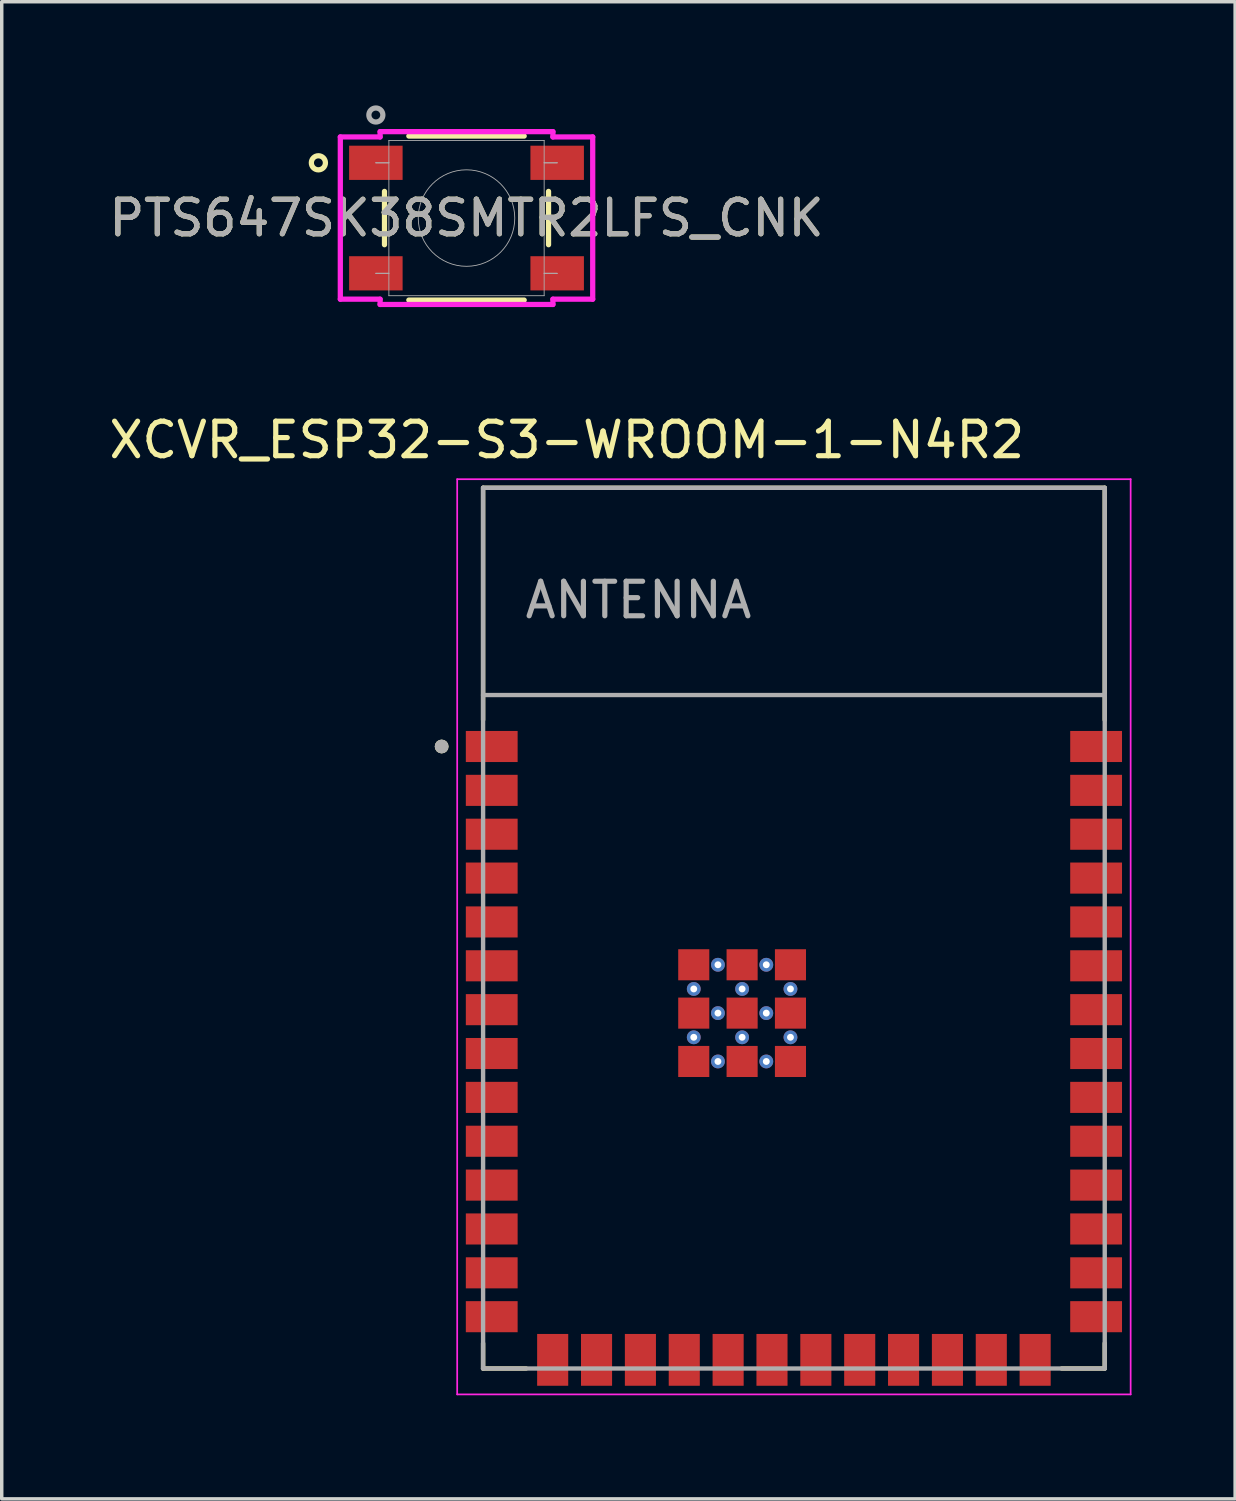
<source format=kicad_pcb>
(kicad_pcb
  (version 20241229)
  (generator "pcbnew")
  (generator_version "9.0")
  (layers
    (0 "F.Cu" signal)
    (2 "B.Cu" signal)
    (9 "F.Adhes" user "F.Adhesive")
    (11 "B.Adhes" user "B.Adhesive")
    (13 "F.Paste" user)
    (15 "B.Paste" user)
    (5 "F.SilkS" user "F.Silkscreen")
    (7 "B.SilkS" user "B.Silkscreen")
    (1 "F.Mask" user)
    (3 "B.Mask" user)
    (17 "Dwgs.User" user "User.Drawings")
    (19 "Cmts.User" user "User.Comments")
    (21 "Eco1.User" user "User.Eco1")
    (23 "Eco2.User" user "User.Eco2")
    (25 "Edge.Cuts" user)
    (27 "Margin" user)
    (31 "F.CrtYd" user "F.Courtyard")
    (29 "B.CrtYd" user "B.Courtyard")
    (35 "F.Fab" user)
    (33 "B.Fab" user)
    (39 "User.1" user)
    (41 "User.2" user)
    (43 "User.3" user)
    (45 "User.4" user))
  (footprint "XCVR_ESP32-S3-WROOM-1-N4R2"
    (layer "F.Cu")
    (at 19.938 23.825)
    (property "Reference" "XCVR_ESP32-S3-WROOM-1-N4R2" (at -6.575 -14.135 0) (layer "F.SilkS") (effects (font (size 1 1) (thickness 0.15))))
    (attr smd)
    (fp_line (start -9 -12.75) (end 9 -12.75) (stroke (width 0.127) (type solid)) (layer "F.SilkS"))
    (fp_line (start -9 -6.03) (end -9 -12.75) (stroke (width 0.127) (type solid)) (layer "F.SilkS"))
    (fp_line (start -9 12.02) (end -9 12.75) (stroke (width 0.127) (type solid)) (layer "F.SilkS"))
    (fp_line (start -9 12.75) (end -7.755 12.75) (stroke (width 0.127) (type solid)) (layer "F.SilkS"))
    (fp_line (start 9 -12.75) (end 9 -6.03) (stroke (width 0.127) (type solid)) (layer "F.SilkS"))
    (fp_line (start 9 12.02) (end 9 12.75) (stroke (width 0.127) (type solid)) (layer "F.SilkS"))
    (fp_line (start 9 12.75) (end 7.755 12.75) (stroke (width 0.127) (type solid)) (layer "F.SilkS"))
    (fp_circle (center -10.2 -5.26) (end -10.1 -5.26) (stroke (width 0.2) (type solid)) (fill no) (layer "F.SilkS"))
    (fp_line (start -9.75 -13) (end 9.75 -13) (stroke (width 0.05) (type solid)) (layer "F.CrtYd"))
    (fp_line (start -9.75 13.5) (end -9.75 -13) (stroke (width 0.05) (type solid)) (layer "F.CrtYd"))
    (fp_line (start -9.75 13.5) (end 9.75 13.5) (stroke (width 0.05) (type solid)) (layer "F.CrtYd"))
    (fp_line (start 9.75 -13) (end 9.75 13.5) (stroke (width 0.05) (type solid)) (layer "F.CrtYd"))
    (fp_line (start -9 -12.75) (end 9 -12.75) (stroke (width 0.127) (type solid)) (layer "F.Fab"))
    (fp_line (start -9 -6.75) (end -9 -12.75) (stroke (width 0.127) (type solid)) (layer "F.Fab"))
    (fp_line (start -9 -6.75) (end 9 -6.75) (stroke (width 0.127) (type solid)) (layer "F.Fab"))
    (fp_line (start -9 12.75) (end -9 -6.75) (stroke (width 0.127) (type solid)) (layer "F.Fab"))
    (fp_line (start 9 -12.75) (end 9 -6.75) (stroke (width 0.127) (type solid)) (layer "F.Fab"))
    (fp_line (start 9 -6.75) (end 9 12.75) (stroke (width 0.127) (type solid)) (layer "F.Fab"))
    (fp_line (start 9 12.75) (end -9 12.75) (stroke (width 0.127) (type solid)) (layer "F.Fab"))
    (fp_circle (center -10.2 -5.26) (end -10.1 -5.26) (stroke (width 0.2) (type solid)) (fill no) (layer "F.Fab"))
    (fp_text user "ANTENNA" (at -4.5 -9.5 0) (layer "F.Fab") (effects (font (size 1 1) (thickness 0.15))))
    (pad "1" smd rect (at -8.75 -5.26) (size 1.5 0.9) (layers "F.Cu" "F.Mask" "F.Paste"))
    (pad "2" smd rect (at -8.75 -3.99) (size 1.5 0.9) (layers "F.Cu" "F.Mask" "F.Paste"))
    (pad "3" smd rect (at -8.75 -2.72) (size 1.5 0.9) (layers "F.Cu" "F.Mask" "F.Paste"))
    (pad "4" smd rect (at -8.75 -1.45) (size 1.5 0.9) (layers "F.Cu" "F.Mask" "F.Paste"))
    (pad "5" smd rect (at -8.75 -0.18) (size 1.5 0.9) (layers "F.Cu" "F.Mask" "F.Paste"))
    (pad "6" smd rect (at -8.75 1.09) (size 1.5 0.9) (layers "F.Cu" "F.Mask" "F.Paste"))
    (pad "7" smd rect (at -8.75 2.36) (size 1.5 0.9) (layers "F.Cu" "F.Mask" "F.Paste"))
    (pad "8" smd rect (at -8.75 3.63) (size 1.5 0.9) (layers "F.Cu" "F.Mask" "F.Paste"))
    (pad "9" smd rect (at -8.75 4.9) (size 1.5 0.9) (layers "F.Cu" "F.Mask" "F.Paste"))
    (pad "10" smd rect (at -8.75 6.17) (size 1.5 0.9) (layers "F.Cu" "F.Mask" "F.Paste"))
    (pad "11" smd rect (at -8.75 7.44) (size 1.5 0.9) (layers "F.Cu" "F.Mask" "F.Paste"))
    (pad "12" smd rect (at -8.75 8.71) (size 1.5 0.9) (layers "F.Cu" "F.Mask" "F.Paste"))
    (pad "13" smd rect (at -8.75 9.98) (size 1.5 0.9) (layers "F.Cu" "F.Mask" "F.Paste"))
    (pad "14" smd rect (at -8.75 11.25) (size 1.5 0.9) (layers "F.Cu" "F.Mask" "F.Paste"))
    (pad "15" smd rect (at -6.985 12.5) (size 0.9 1.5) (layers "F.Cu" "F.Mask" "F.Paste"))
    (pad "16" smd rect (at -5.715 12.5) (size 0.9 1.5) (layers "F.Cu" "F.Mask" "F.Paste"))
    (pad "17" smd rect (at -4.445 12.5) (size 0.9 1.5) (layers "F.Cu" "F.Mask" "F.Paste"))
    (pad "18" smd rect (at -3.175 12.5) (size 0.9 1.5) (layers "F.Cu" "F.Mask" "F.Paste"))
    (pad "19" smd rect (at -1.905 12.5) (size 0.9 1.5) (layers "F.Cu" "F.Mask" "F.Paste"))
    (pad "20" smd rect (at -0.635 12.5) (size 0.9 1.5) (layers "F.Cu" "F.Mask" "F.Paste"))
    (pad "21" smd rect (at 0.635 12.5) (size 0.9 1.5) (layers "F.Cu" "F.Mask" "F.Paste"))
    (pad "22" smd rect (at 1.905 12.5) (size 0.9 1.5) (layers "F.Cu" "F.Mask" "F.Paste"))
    (pad "23" smd rect (at 3.175 12.5) (size 0.9 1.5) (layers "F.Cu" "F.Mask" "F.Paste"))
    (pad "24" smd rect (at 4.445 12.5) (size 0.9 1.5) (layers "F.Cu" "F.Mask" "F.Paste"))
    (pad "25" smd rect (at 5.715 12.5) (size 0.9 1.5) (layers "F.Cu" "F.Mask" "F.Paste"))
    (pad "26" smd rect (at 6.985 12.5) (size 0.9 1.5) (layers "F.Cu" "F.Mask" "F.Paste"))
    (pad "27" smd rect (at 8.75 11.25) (size 1.5 0.9) (layers "F.Cu" "F.Mask" "F.Paste"))
    (pad "28" smd rect (at 8.75 9.98) (size 1.5 0.9) (layers "F.Cu" "F.Mask" "F.Paste"))
    (pad "29" smd rect (at 8.75 8.71) (size 1.5 0.9) (layers "F.Cu" "F.Mask" "F.Paste"))
    (pad "30" smd rect (at 8.75 7.44) (size 1.5 0.9) (layers "F.Cu" "F.Mask" "F.Paste"))
    (pad "31" smd rect (at 8.75 6.17) (size 1.5 0.9) (layers "F.Cu" "F.Mask" "F.Paste"))
    (pad "32" smd rect (at 8.75 4.9) (size 1.5 0.9) (layers "F.Cu" "F.Mask" "F.Paste"))
    (pad "33" smd rect (at 8.75 3.63) (size 1.5 0.9) (layers "F.Cu" "F.Mask" "F.Paste"))
    (pad "34" smd rect (at 8.75 2.36) (size 1.5 0.9) (layers "F.Cu" "F.Mask" "F.Paste"))
    (pad "35" smd rect (at 8.75 1.09) (size 1.5 0.9) (layers "F.Cu" "F.Mask" "F.Paste"))
    (pad "36" smd rect (at 8.75 -0.18) (size 1.5 0.9) (layers "F.Cu" "F.Mask" "F.Paste"))
    (pad "37" smd rect (at 8.75 -1.45) (size 1.5 0.9) (layers "F.Cu" "F.Mask" "F.Paste"))
    (pad "38" smd rect (at 8.75 -2.72) (size 1.5 0.9) (layers "F.Cu" "F.Mask" "F.Paste"))
    (pad "39" smd rect (at 8.75 -3.99) (size 1.5 0.9) (layers "F.Cu" "F.Mask" "F.Paste"))
    (pad "40" smd rect (at 8.75 -5.26) (size 1.5 0.9) (layers "F.Cu" "F.Mask" "F.Paste"))
    (pad "41_1" smd rect (at -1.5 2.46) (size 0.9 0.9) (layers "F.Cu" "F.Mask" "F.Paste"))
    (pad "41_2" smd rect (at -2.9 2.46) (size 0.9 0.9) (layers "F.Cu" "F.Mask" "F.Paste"))
    (pad "41_3" smd rect (at -0.1 2.46) (size 0.9 0.9) (layers "F.Cu" "F.Mask" "F.Paste"))
    (pad "41_4" smd rect (at -2.9 3.86) (size 0.9 0.9) (layers "F.Cu" "F.Mask" "F.Paste"))
    (pad "41_5" smd rect (at -1.5 3.86) (size 0.9 0.9) (layers "F.Cu" "F.Mask" "F.Paste"))
    (pad "41_6" smd rect (at -0.1 3.86) (size 0.9 0.9) (layers "F.Cu" "F.Mask" "F.Paste"))
    (pad "41_7" smd rect (at -2.9 1.06) (size 0.9 0.9) (layers "F.Cu" "F.Mask" "F.Paste"))
    (pad "41_8" smd rect (at -1.5 1.06) (size 0.9 0.9) (layers "F.Cu" "F.Mask" "F.Paste"))
    (pad "41_9" smd rect (at -0.1 1.06) (size 0.9 0.9) (layers "F.Cu" "F.Mask" "F.Paste"))
    (pad "41_10" thru_hole circle (at -1.5 1.76) (size 0.4 0.4) (drill 0.2) (layers "*.Cu"))
    (pad "41_11" thru_hole circle (at -2.9 1.76) (size 0.4 0.4) (drill 0.2) (layers "*.Cu"))
    (pad "41_12" thru_hole circle (at -0.1 1.76) (size 0.4 0.4) (drill 0.2) (layers "*.Cu"))
    (pad "41_13" thru_hole circle (at -2.9 3.16) (size 0.4 0.4) (drill 0.2) (layers "*.Cu"))
    (pad "41_14" thru_hole circle (at -1.5 3.16) (size 0.4 0.4) (drill 0.2) (layers "*.Cu"))
    (pad "41_15" thru_hole circle (at -0.1 3.16) (size 0.4 0.4) (drill 0.2) (layers "*.Cu"))
    (pad "41_16" thru_hole circle (at -2.2 1.06) (size 0.4 0.4) (drill 0.2) (layers "*.Cu"))
    (pad "41_17" thru_hole circle (at -0.8 1.06) (size 0.4 0.4) (drill 0.2) (layers "*.Cu"))
    (pad "41_18" thru_hole circle (at -2.2 2.46) (size 0.4 0.4) (drill 0.2) (layers "*.Cu"))
    (pad "41_19" thru_hole circle (at -0.8 2.46) (size 0.4 0.4) (drill 0.2) (layers "*.Cu"))
    (pad "41_20" thru_hole circle (at -2.2 3.86) (size 0.4 0.4) (drill 0.2) (layers "*.Cu"))
    (pad "41_21" thru_hole circle (at -0.8 3.86) (size 0.4 0.4) (drill 0.2) (layers "*.Cu"))
    (zone (net_name "") (layer "F.Cu") (hatch full 0.508) (connect_pads) (min_thickness 0.01) (filled_areas_thickness no) (keepout (tracks not_allowed) (vias not_allowed) (pads not_allowed) (copperpour not_allowed) (footprints allowed)) (placement (enabled no)) (fill) (polygon (pts (xy 10.938 11.075) (xy 28.938 11.075) (xy 28.938 17.075) (xy 10.938 17.075))))
    (zone (net_name "") (layers "F.Cu" "B.Cu") (hatch full 0.508) (connect_pads) (min_thickness 0.01) (filled_areas_thickness no) (keepout (tracks allowed) (vias not_allowed) (pads allowed) (copperpour allowed) (footprints allowed)) (placement (enabled no)) (fill) (polygon (pts (xy 10.938 11.075) (xy 28.938 11.075) (xy 28.938 17.075) (xy 10.938 17.075))))
    (zone (net_name "") (layer "B.Cu") (hatch full 0.508) (connect_pads) (min_thickness 0.01) (filled_areas_thickness no) (keepout (tracks not_allowed) (vias not_allowed) (pads not_allowed) (copperpour not_allowed) (footprints allowed)) (placement (enabled no)) (fill) (polygon (pts (xy 10.938 11.075) (xy 28.938 11.075) (xy 28.938 17.075) (xy 10.938 17.075)))))
  (footprint "PTS647SK38SMTR2LFS_CNK"
    (layer "F.Cu")
    (at 10.458 3.264)
    (property "Reference" "PTS647SK38SMTR2LFS_CNK" (at 0 0 0) (unlocked yes) (layer "F.SilkS") (effects (font (size 1 1) (thickness 0.15))))
    (attr smd)
    (fp_line (start -2.375 -0.772) (end -2.375 0.772) (stroke (width 0.152) (type solid)) (layer "F.SilkS"))
    (fp_line (start -1.67 2.375) (end 1.67 2.375) (stroke (width 0.152) (type solid)) (layer "F.SilkS"))
    (fp_line (start 1.67 -2.375) (end -1.67 -2.375) (stroke (width 0.152) (type solid)) (layer "F.SilkS"))
    (fp_line (start 2.375 0.772) (end 2.375 -0.772) (stroke (width 0.152) (type solid)) (layer "F.SilkS"))
    (fp_circle (center -4.289 -1.6) (end -4.085 -1.6) (stroke (width 0.152) (type solid)) (fill no) (layer "F.SilkS"))
    (fp_line (start -3.654 -2.349) (end -2.502 -2.349) (stroke (width 0.152) (type solid)) (layer "F.CrtYd"))
    (fp_line (start -3.654 2.349) (end -3.654 -2.349) (stroke (width 0.152) (type solid)) (layer "F.CrtYd"))
    (fp_line (start -3.654 2.349) (end -2.502 2.349) (stroke (width 0.152) (type solid)) (layer "F.CrtYd"))
    (fp_line (start -2.502 -2.502) (end 2.502 -2.502) (stroke (width 0.152) (type solid)) (layer "F.CrtYd"))
    (fp_line (start -2.502 -2.349) (end -2.502 -2.502) (stroke (width 0.152) (type solid)) (layer "F.CrtYd"))
    (fp_line (start -2.502 2.502) (end -2.502 2.349) (stroke (width 0.152) (type solid)) (layer "F.CrtYd"))
    (fp_line (start 2.502 -2.502) (end 2.502 -2.349) (stroke (width 0.152) (type solid)) (layer "F.CrtYd"))
    (fp_line (start 2.502 2.349) (end 2.502 2.502) (stroke (width 0.152) (type solid)) (layer "F.CrtYd"))
    (fp_line (start 2.502 2.502) (end -2.502 2.502) (stroke (width 0.152) (type solid)) (layer "F.CrtYd"))
    (fp_line (start 3.654 -2.349) (end 2.502 -2.349) (stroke (width 0.152) (type solid)) (layer "F.CrtYd"))
    (fp_line (start 3.654 -2.349) (end 3.654 2.349) (stroke (width 0.152) (type solid)) (layer "F.CrtYd"))
    (fp_line (start 3.654 2.349) (end 2.502 2.349) (stroke (width 0.152) (type solid)) (layer "F.CrtYd"))
    (fp_line (start -2.625 -1.6) (end -2.625 -1.6) (stroke (width 0.025) (type solid)) (layer "F.Fab"))
    (fp_line (start -2.625 -1.6) (end -2.248 -1.6) (stroke (width 0.025) (type solid)) (layer "F.Fab"))
    (fp_line (start -2.625 1.6) (end -2.625 1.6) (stroke (width 0.025) (type solid)) (layer "F.Fab"))
    (fp_line (start -2.625 1.6) (end -2.248 1.6) (stroke (width 0.025) (type solid)) (layer "F.Fab"))
    (fp_line (start -2.248 -2.248) (end -2.248 2.248) (stroke (width 0.025) (type solid)) (layer "F.Fab"))
    (fp_line (start -2.248 -1.6) (end -2.625 -1.6) (stroke (width 0.025) (type solid)) (layer "F.Fab"))
    (fp_line (start -2.248 -1.6) (end -2.248 -1.6) (stroke (width 0.025) (type solid)) (layer "F.Fab"))
    (fp_line (start -2.248 1.6) (end -2.625 1.6) (stroke (width 0.025) (type solid)) (layer "F.Fab"))
    (fp_line (start -2.248 1.6) (end -2.248 1.6) (stroke (width 0.025) (type solid)) (layer "F.Fab"))
    (fp_line (start -2.248 2.248) (end 2.248 2.248) (stroke (width 0.025) (type solid)) (layer "F.Fab"))
    (fp_line (start 2.248 -2.248) (end -2.248 -2.248) (stroke (width 0.025) (type solid)) (layer "F.Fab"))
    (fp_line (start 2.248 -1.6) (end 2.248 -1.6) (stroke (width 0.025) (type solid)) (layer "F.Fab"))
    (fp_line (start 2.248 -1.6) (end 2.625 -1.6) (stroke (width 0.025) (type solid)) (layer "F.Fab"))
    (fp_line (start 2.248 1.6) (end 2.248 1.6) (stroke (width 0.025) (type solid)) (layer "F.Fab"))
    (fp_line (start 2.248 1.6) (end 2.625 1.6) (stroke (width 0.025) (type solid)) (layer "F.Fab"))
    (fp_line (start 2.248 2.248) (end 2.248 -2.248) (stroke (width 0.025) (type solid)) (layer "F.Fab"))
    (fp_line (start 2.625 -1.6) (end 2.248 -1.6) (stroke (width 0.025) (type solid)) (layer "F.Fab"))
    (fp_line (start 2.625 -1.6) (end 2.625 -1.6) (stroke (width 0.025) (type solid)) (layer "F.Fab"))
    (fp_line (start 2.625 1.6) (end 2.248 1.6) (stroke (width 0.025) (type solid)) (layer "F.Fab"))
    (fp_line (start 2.625 1.6) (end 2.625 1.6) (stroke (width 0.025) (type solid)) (layer "F.Fab"))
    (fp_circle (center -2.625 -2.984) (end -2.422 -2.984) (stroke (width 0.152) (type solid)) (fill no) (layer "F.Fab"))
    (fp_circle (center 0 0) (end 1.397 0) (stroke (width 0.025) (type solid)) (fill no) (layer "F.Fab"))
    (fp_text user "${REFERENCE}" (at 0 0 0) (unlocked yes) (layer "F.Fab") (effects (font (size 1 1) (thickness 0.15))))
    (pad "1" smd rect (at -2.625 -1.6) (size 1.549 0.991) (layers "F.Cu" "F.Mask" "F.Paste"))
    (pad "1" smd rect (at -2.625 1.6) (size 1.549 0.991) (layers "F.Cu" "F.Mask" "F.Paste"))
    (pad "2" smd rect (at 2.625 -1.6) (size 1.549 0.991) (layers "F.Cu" "F.Mask" "F.Paste"))
    (pad "2" smd rect (at 2.625 1.6) (size 1.549 0.991) (layers "F.Cu" "F.Mask" "F.Paste")))
  (gr_rect
    (start -3 -3)
    (end 32.713 40.35)
    (stroke (width 0.1) (type default))
    (fill no)
    (layer "Edge.Cuts")))
</source>
